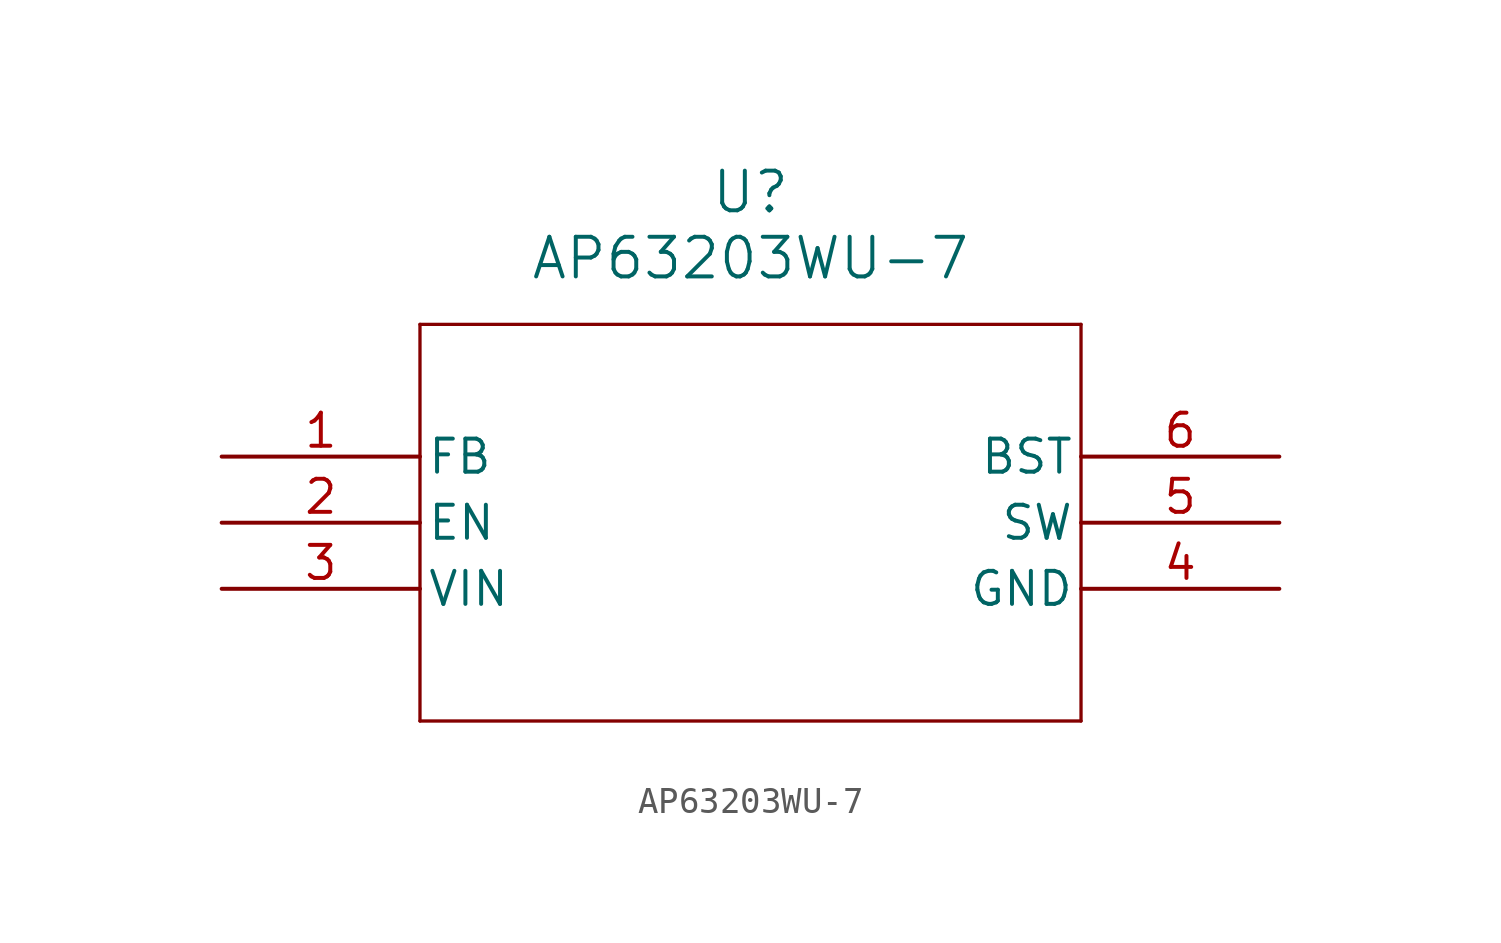
<source format=kicad_sym>
(kicad_symbol_lib
  (version 20211014)
  (generator kicad_symbol_editor)
  (symbol "AP63203WU-7"
    (pin_names
      (offset 0.254))
    (property "Reference" "U"
      (at 20.32 10.16 0)
      (effects (font (size 1.524 1.524))))
    (property "Value" "AP63203WU-7"
      (at 20.32 7.62 0)
      (effects (font (size 1.524 1.524))))
    (symbol "AP63203WU-7_0_1"
      (polyline (pts (xy 7.62 5.08) (xy 7.62 -10.16)) (stroke (width 0.127) (type default) (color 0 0 0 0)) (fill (type none)))
      (polyline (pts (xy 7.62 -10.16) (xy 33.02 -10.16)) (stroke (width 0.127) (type default) (color 0 0 0 0)) (fill (type none)))
      (polyline (pts (xy 33.02 -10.16) (xy 33.02 5.08)) (stroke (width 0.127) (type default) (color 0 0 0 0)) (fill (type none)))
      (polyline (pts (xy 33.02 5.08) (xy 7.62 5.08)) (stroke (width 0.127) (type default) (color 0 0 0 0)) (fill (type none)))
      (pin output line (at 0 0 0) (length 7.62) (name "FB" (effects (font (size 1.27 1.27)))) (number "1" (effects (font (size 1.27 1.27)))))
      (pin input line (at 0 -2.54 0) (length 7.62) (name "EN" (effects (font (size 1.27 1.27)))) (number "2" (effects (font (size 1.27 1.27)))))
      (pin power_in line (at 0 -5.08 0) (length 7.62) (name "VIN" (effects (font (size 1.27 1.27)))) (number "3" (effects (font (size 1.27 1.27)))))
      (pin power_out line (at 40.64 -5.08 180) (length 7.62) (name "GND" (effects (font (size 1.27 1.27)))) (number "4" (effects (font (size 1.27 1.27)))))
      (pin output line (at 40.64 -2.54 180) (length 7.62) (name "SW" (effects (font (size 1.27 1.27)))) (number "5" (effects (font (size 1.27 1.27)))))
      (pin input line (at 40.64 0 180) (length 7.62) (name "BST" (effects (font (size 1.27 1.27)))) (number "6" (effects (font (size 1.27 1.27))))))))
</source>
